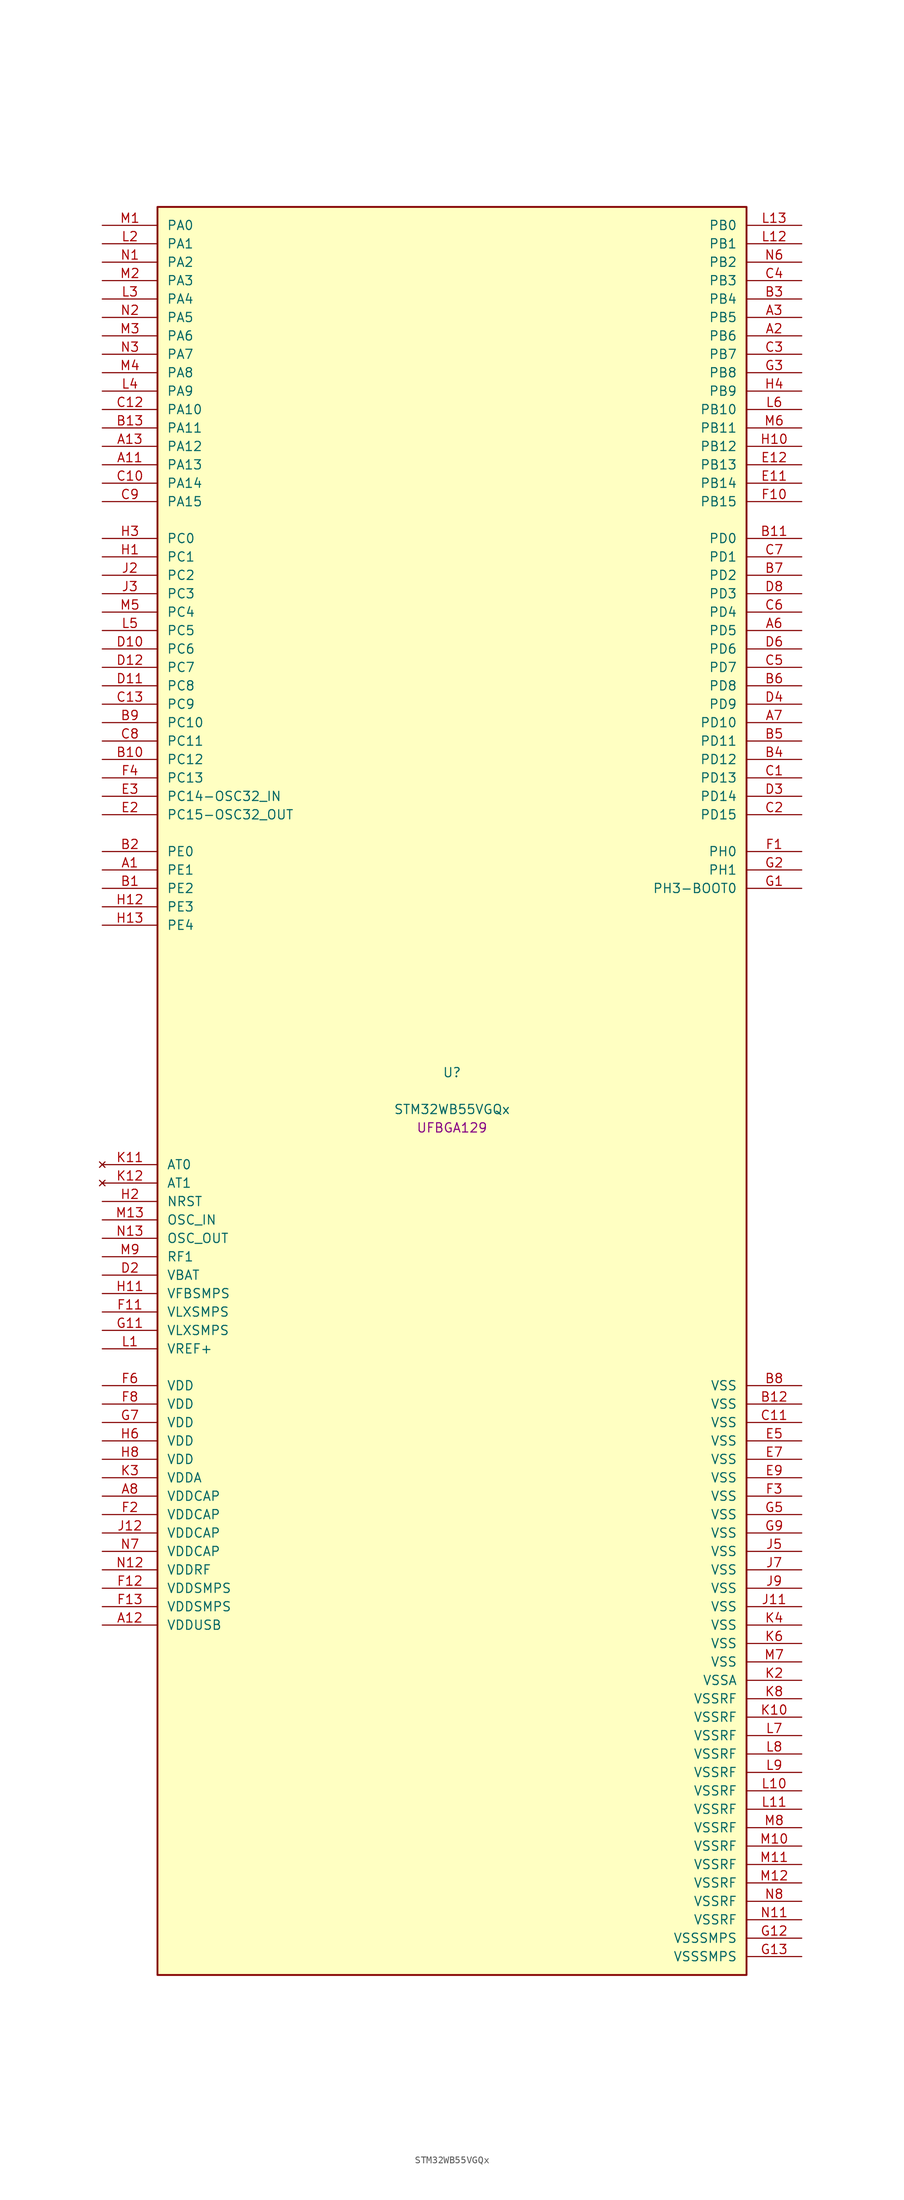
<source format=kicad_sym>
(kicad_symbol_lib
  (version 20241209)
  (generator "stm32_pkl_generator")
  (generator_version "1.0")
  (symbol "STM32WB55VGQx"
    (pin_names
      (offset 1.27))
    (property "Reference" "U"
      (at 0 2.54 0))
    (property "Value" "STM32WB55VGQx"
      (at 0 -2.54 0))
    (property "Footprint" "UFBGA129"
      (at 0 -5.08 0))
    (symbol "STM32WB55VGQx_1_1"
      (rectangle (start -40.64 121.92) (end 40.64 -121.92) (stroke (width 0.254) (type solid)) (fill (type background)))
      (pin bidirectional line (at -48.26 119.38 0) (length 7.62) (name "PA0") (number "M1") (alternate "PA0/ADC1_IN5" bidirectional line) (alternate "PA0/COMP1_INM" bidirectional line) (alternate "PA0/COMP1_OUT" bidirectional line) (alternate "PA0/RTC_TAMP2" bidirectional line) (alternate "PA0/SAI1_EXTCLK" bidirectional line) (alternate "PA0/SYS_WKUP1" bidirectional line) (alternate "PA0/TIM2_CH1" bidirectional line) (alternate "PA0/TIM2_ETR" bidirectional line))
      (pin bidirectional line (at -48.26 116.84 0) (length 7.62) (name "PA1") (number "L2") (alternate "PA1/ADC1_IN6" bidirectional line) (alternate "PA1/COMP1_INP" bidirectional line) (alternate "PA1/I2C1_SMBA" bidirectional line) (alternate "PA1/LCD_SEG0" bidirectional line) (alternate "PA1/SPI1_SCK" bidirectional line) (alternate "PA1/TIM2_CH2" bidirectional line))
      (pin bidirectional line (at -48.26 114.3 0) (length 7.62) (name "PA2") (number "N1") (alternate "PA2/ADC1_IN7" bidirectional line) (alternate "PA2/COMP2_INM" bidirectional line) (alternate "PA2/COMP2_OUT" bidirectional line) (alternate "PA2/LCD_SEG1" bidirectional line) (alternate "PA2/LPUART1_TX" bidirectional line) (alternate "PA2/QUADSPI_BK1_NCS" bidirectional line) (alternate "PA2/RCC_LSCO" bidirectional line) (alternate "PA2/SYS_WKUP4" bidirectional line) (alternate "PA2/TIM2_CH3" bidirectional line))
      (pin bidirectional line (at -48.26 111.76 0) (length 7.62) (name "PA3") (number "M2") (alternate "PA3/ADC1_IN8" bidirectional line) (alternate "PA3/COMP2_INP" bidirectional line) (alternate "PA3/LCD_SEG2" bidirectional line) (alternate "PA3/LPUART1_RX" bidirectional line) (alternate "PA3/QUADSPI_CLK" bidirectional line) (alternate "PA3/SAI1_CK1" bidirectional line) (alternate "PA3/SAI1_MCLK_A" bidirectional line) (alternate "PA3/TIM2_CH4" bidirectional line))
      (pin bidirectional line (at -48.26 109.22 0) (length 7.62) (name "PA4") (number "L3") (alternate "PA4/ADC1_IN9" bidirectional line) (alternate "PA4/COMP1_INM" bidirectional line) (alternate "PA4/COMP2_INM" bidirectional line) (alternate "PA4/LCD_SEG5" bidirectional line) (alternate "PA4/LPTIM2_OUT" bidirectional line) (alternate "PA4/SAI1_FS_B" bidirectional line) (alternate "PA4/SPI1_NSS" bidirectional line))
      (pin bidirectional line (at -48.26 106.68 0) (length 7.62) (name "PA5") (number "N2") (alternate "PA5/ADC1_IN10" bidirectional line) (alternate "PA5/COMP1_INM" bidirectional line) (alternate "PA5/COMP2_INM" bidirectional line) (alternate "PA5/LPTIM2_ETR" bidirectional line) (alternate "PA5/SAI1_SD_B" bidirectional line) (alternate "PA5/SPI1_SCK" bidirectional line) (alternate "PA5/TIM2_CH1" bidirectional line) (alternate "PA5/TIM2_ETR" bidirectional line))
      (pin bidirectional line (at -48.26 104.14 0) (length 7.62) (name "PA6") (number "M3") (alternate "PA6/ADC1_IN11" bidirectional line) (alternate "PA6/LCD_SEG3" bidirectional line) (alternate "PA6/LPUART1_CTS" bidirectional line) (alternate "PA6/QUADSPI_BK1_IO3" bidirectional line) (alternate "PA6/SPI1_MISO" bidirectional line) (alternate "PA6/TIM16_CH1" bidirectional line) (alternate "PA6/TIM1_BKIN" bidirectional line))
      (pin bidirectional line (at -48.26 101.6 0) (length 7.62) (name "PA7") (number "N3") (alternate "PA7/ADC1_IN12" bidirectional line) (alternate "PA7/COMP2_OUT" bidirectional line) (alternate "PA7/I2C3_SCL" bidirectional line) (alternate "PA7/LCD_SEG4" bidirectional line) (alternate "PA7/QUADSPI_BK1_IO2" bidirectional line) (alternate "PA7/SPI1_MOSI" bidirectional line) (alternate "PA7/TIM17_CH1" bidirectional line) (alternate "PA7/TIM1_CH1N" bidirectional line))
      (pin bidirectional line (at -48.26 99.06 0) (length 7.62) (name "PA8") (number "M4") (alternate "PA8/ADC1_IN15" bidirectional line) (alternate "PA8/LCD_COM0" bidirectional line) (alternate "PA8/LPTIM2_OUT" bidirectional line) (alternate "PA8/RCC_MCO" bidirectional line) (alternate "PA8/SAI1_CK2" bidirectional line) (alternate "PA8/SAI1_SCK_A" bidirectional line) (alternate "PA8/TIM1_CH1" bidirectional line) (alternate "PA8/USART1_CK" bidirectional line))
      (pin bidirectional line (at -48.26 96.52 0) (length 7.62) (name "PA9") (number "L4") (alternate "PA9/ADC1_IN16" bidirectional line) (alternate "PA9/COMP1_INM" bidirectional line) (alternate "PA9/I2C1_SCL" bidirectional line) (alternate "PA9/LCD_COM1" bidirectional line) (alternate "PA9/SAI1_D2" bidirectional line) (alternate "PA9/SAI1_FS_A" bidirectional line) (alternate "PA9/SPI2_SCK" bidirectional line) (alternate "PA9/TIM1_CH2" bidirectional line) (alternate "PA9/USART1_TX" bidirectional line))
      (pin bidirectional line (at -48.26 93.98 0) (length 7.62) (name "PA10") (number "C12") (alternate "PA10/CRS_SYNC" bidirectional line) (alternate "PA10/I2C1_SDA" bidirectional line) (alternate "PA10/LCD_COM2" bidirectional line) (alternate "PA10/SAI1_D1" bidirectional line) (alternate "PA10/SAI1_SD_A" bidirectional line) (alternate "PA10/TIM17_BKIN" bidirectional line) (alternate "PA10/TIM1_CH3" bidirectional line) (alternate "PA10/USART1_RX" bidirectional line))
      (pin bidirectional line (at -48.26 91.44 0) (length 7.62) (name "PA11") (number "B13") (alternate "PA11/ADC1_EXTI11" bidirectional line) (alternate "PA11/SPI1_MISO" bidirectional line) (alternate "PA11/TIM1_BKIN2" bidirectional line) (alternate "PA11/TIM1_CH4" bidirectional line) (alternate "PA11/USART1_CTS" bidirectional line) (alternate "PA11/USART1_NSS" bidirectional line) (alternate "PA11/USB_DM" bidirectional line))
      (pin bidirectional line (at -48.26 88.9 0) (length 7.62) (name "PA12") (number "A13") (alternate "PA12/LPUART1_RX" bidirectional line) (alternate "PA12/SPI1_MOSI" bidirectional line) (alternate "PA12/TIM1_ETR" bidirectional line) (alternate "PA12/USART1_DE" bidirectional line) (alternate "PA12/USART1_RTS" bidirectional line) (alternate "PA12/USB_DP" bidirectional line))
      (pin bidirectional line (at -48.26 86.36 0) (length 7.62) (name "PA13") (number "A11") (alternate "PA13/IR_OUT" bidirectional line) (alternate "PA13/SAI1_SD_B" bidirectional line) (alternate "PA13/SYS_JTMS-SWDIO" bidirectional line) (alternate "PA13/USB_NOE" bidirectional line))
      (pin bidirectional line (at -48.26 83.82 0) (length 7.62) (name "PA14") (number "C10") (alternate "PA14/I2C1_SMBA" bidirectional line) (alternate "PA14/LCD_SEG5" bidirectional line) (alternate "PA14/LPTIM1_OUT" bidirectional line) (alternate "PA14/SAI1_FS_B" bidirectional line) (alternate "PA14/SYS_JTCK-SWCLK" bidirectional line))
      (pin bidirectional line (at -48.26 81.28 0) (length 7.62) (name "PA15") (number "C9") (alternate "PA15/ADC1_EXTI15" bidirectional line) (alternate "PA15/LCD_SEG17" bidirectional line) (alternate "PA15/RCC_MCO" bidirectional line) (alternate "PA15/SPI1_NSS" bidirectional line) (alternate "PA15/SYS_JTDI" bidirectional line) (alternate "PA15/TIM2_CH1" bidirectional line) (alternate "PA15/TIM2_ETR" bidirectional line) (alternate "PA15/TSC_G3_IO1" bidirectional line))
      (pin bidirectional line (at 48.26 119.38 180) (length 7.62) (name "PB0") (number "L13") (alternate "PB0/COMP1_OUT" bidirectional line) (alternate "PB0/RF_TX_MOD_EXT_PA" bidirectional line))
      (pin bidirectional line (at 48.26 116.84 180) (length 7.62) (name "PB1") (number "L12") (alternate "PB1/LPTIM2_IN1" bidirectional line) (alternate "PB1/LPUART1_DE" bidirectional line) (alternate "PB1/LPUART1_RTS" bidirectional line))
      (pin bidirectional line (at 48.26 114.3 180) (length 7.62) (name "PB2") (number "N6") (alternate "PB2/COMP1_INP" bidirectional line) (alternate "PB2/I2C3_SMBA" bidirectional line) (alternate "PB2/LCD_VLCD" bidirectional line) (alternate "PB2/LPTIM1_OUT" bidirectional line) (alternate "PB2/RTC_OUT2" bidirectional line) (alternate "PB2/SAI1_EXTCLK" bidirectional line) (alternate "PB2/SPI1_NSS" bidirectional line))
      (pin bidirectional line (at 48.26 111.76 180) (length 7.62) (name "PB3") (number "C4") (alternate "PB3/COMP2_INM" bidirectional line) (alternate "PB3/LCD_SEG7" bidirectional line) (alternate "PB3/SAI1_SCK_B" bidirectional line) (alternate "PB3/SPI1_SCK" bidirectional line) (alternate "PB3/SYS_JTDO-SWO" bidirectional line) (alternate "PB3/TIM2_CH2" bidirectional line) (alternate "PB3/USART1_DE" bidirectional line) (alternate "PB3/USART1_RTS" bidirectional line))
      (pin bidirectional line (at 48.26 109.22 180) (length 7.62) (name "PB4") (number "B3") (alternate "PB4/COMP2_INP" bidirectional line) (alternate "PB4/I2C3_SDA" bidirectional line) (alternate "PB4/LCD_SEG8" bidirectional line) (alternate "PB4/SAI1_MCLK_B" bidirectional line) (alternate "PB4/SPI1_MISO" bidirectional line) (alternate "PB4/SYS_JTRST" bidirectional line) (alternate "PB4/TIM17_BKIN" bidirectional line) (alternate "PB4/TSC_G2_IO1" bidirectional line) (alternate "PB4/USART1_CTS" bidirectional line) (alternate "PB4/USART1_NSS" bidirectional line))
      (pin bidirectional line (at 48.26 106.68 180) (length 7.62) (name "PB5") (number "A3") (alternate "PB5/COMP2_OUT" bidirectional line) (alternate "PB5/I2C1_SMBA" bidirectional line) (alternate "PB5/LCD_SEG9" bidirectional line) (alternate "PB5/LPTIM1_IN1" bidirectional line) (alternate "PB5/LPUART1_TX" bidirectional line) (alternate "PB5/SAI1_SD_B" bidirectional line) (alternate "PB5/SPI1_MOSI" bidirectional line) (alternate "PB5/TIM16_BKIN" bidirectional line) (alternate "PB5/TSC_G2_IO2" bidirectional line) (alternate "PB5/USART1_CK" bidirectional line))
      (pin bidirectional line (at 48.26 104.14 180) (length 7.62) (name "PB6") (number "A2") (alternate "PB6/COMP2_INP" bidirectional line) (alternate "PB6/I2C1_SCL" bidirectional line) (alternate "PB6/LCD_SEG6" bidirectional line) (alternate "PB6/LPTIM1_ETR" bidirectional line) (alternate "PB6/RCC_MCO" bidirectional line) (alternate "PB6/SAI1_FS_B" bidirectional line) (alternate "PB6/TIM16_CH1N" bidirectional line) (alternate "PB6/TSC_G2_IO3" bidirectional line) (alternate "PB6/USART1_TX" bidirectional line))
      (pin bidirectional line (at 48.26 101.6 180) (length 7.62) (name "PB7") (number "C3") (alternate "PB7/COMP2_INM" bidirectional line) (alternate "PB7/I2C1_SDA" bidirectional line) (alternate "PB7/LCD_SEG21" bidirectional line) (alternate "PB7/LPTIM1_IN2" bidirectional line) (alternate "PB7/SYS_PVD_IN" bidirectional line) (alternate "PB7/TIM17_CH1N" bidirectional line) (alternate "PB7/TIM1_BKIN" bidirectional line) (alternate "PB7/TSC_G2_IO4" bidirectional line) (alternate "PB7/USART1_RX" bidirectional line))
      (pin bidirectional line (at 48.26 99.06 180) (length 7.62) (name "PB8") (number "G3") (alternate "PB8/I2C1_SCL" bidirectional line) (alternate "PB8/LCD_SEG16" bidirectional line) (alternate "PB8/QUADSPI_BK1_IO1" bidirectional line) (alternate "PB8/SAI1_CK1" bidirectional line) (alternate "PB8/SAI1_MCLK_A" bidirectional line) (alternate "PB8/TIM16_CH1" bidirectional line) (alternate "PB8/TIM1_CH2N" bidirectional line))
      (pin bidirectional line (at 48.26 96.52 180) (length 7.62) (name "PB9") (number "H4") (alternate "PB9/I2C1_SDA" bidirectional line) (alternate "PB9/IR_OUT" bidirectional line) (alternate "PB9/LCD_COM3" bidirectional line) (alternate "PB9/QUADSPI_BK1_IO0" bidirectional line) (alternate "PB9/SAI1_D2" bidirectional line) (alternate "PB9/SAI1_FS_A" bidirectional line) (alternate "PB9/SPI2_NSS" bidirectional line) (alternate "PB9/TIM17_CH1" bidirectional line) (alternate "PB9/TIM1_CH3N" bidirectional line) (alternate "PB9/TSC_G7_IO4" bidirectional line))
      (pin bidirectional line (at 48.26 93.98 180) (length 7.62) (name "PB10") (number "L6") (alternate "PB10/COMP1_OUT" bidirectional line) (alternate "PB10/I2C3_SCL" bidirectional line) (alternate "PB10/LCD_SEG10" bidirectional line) (alternate "PB10/LPUART1_RX" bidirectional line) (alternate "PB10/QUADSPI_CLK" bidirectional line) (alternate "PB10/SAI1_SCK_A" bidirectional line) (alternate "PB10/SPI2_SCK" bidirectional line) (alternate "PB10/TIM2_CH3" bidirectional line) (alternate "PB10/TSC_SYNC" bidirectional line))
      (pin bidirectional line (at 48.26 91.44 180) (length 7.62) (name "PB11") (number "M6") (alternate "PB11/ADC1_EXTI11" bidirectional line) (alternate "PB11/COMP2_OUT" bidirectional line) (alternate "PB11/I2C3_SDA" bidirectional line) (alternate "PB11/LCD_SEG11" bidirectional line) (alternate "PB11/LPUART1_TX" bidirectional line) (alternate "PB11/QUADSPI_BK1_NCS" bidirectional line) (alternate "PB11/TIM2_CH4" bidirectional line))
      (pin bidirectional line (at 48.26 88.9 180) (length 7.62) (name "PB12") (number "H10") (alternate "PB12/I2C3_SMBA" bidirectional line) (alternate "PB12/LCD_SEG12" bidirectional line) (alternate "PB12/LPUART1_DE" bidirectional line) (alternate "PB12/LPUART1_RTS" bidirectional line) (alternate "PB12/SAI1_FS_A" bidirectional line) (alternate "PB12/SPI2_NSS" bidirectional line) (alternate "PB12/TIM1_BKIN" bidirectional line) (alternate "PB12/TSC_G1_IO1" bidirectional line))
      (pin bidirectional line (at 48.26 86.36 180) (length 7.62) (name "PB13") (number "E12") (alternate "PB13/I2C3_SCL" bidirectional line) (alternate "PB13/LCD_SEG13" bidirectional line) (alternate "PB13/LPUART1_CTS" bidirectional line) (alternate "PB13/SAI1_SCK_A" bidirectional line) (alternate "PB13/SPI2_SCK" bidirectional line) (alternate "PB13/TIM1_CH1N" bidirectional line) (alternate "PB13/TSC_G1_IO2" bidirectional line))
      (pin bidirectional line (at 48.26 83.82 180) (length 7.62) (name "PB14") (number "E11") (alternate "PB14/I2C3_SDA" bidirectional line) (alternate "PB14/LCD_SEG14" bidirectional line) (alternate "PB14/SAI1_MCLK_A" bidirectional line) (alternate "PB14/SPI2_MISO" bidirectional line) (alternate "PB14/TIM1_CH2N" bidirectional line) (alternate "PB14/TSC_G1_IO3" bidirectional line))
      (pin bidirectional line (at 48.26 81.28 180) (length 7.62) (name "PB15") (number "F10") (alternate "PB15/ADC1_EXTI15" bidirectional line) (alternate "PB15/LCD_SEG15" bidirectional line) (alternate "PB15/RTC_REFIN" bidirectional line) (alternate "PB15/SAI1_SD_A" bidirectional line) (alternate "PB15/SPI2_MOSI" bidirectional line) (alternate "PB15/TIM1_CH3N" bidirectional line) (alternate "PB15/TSC_G1_IO4" bidirectional line))
      (pin bidirectional line (at -48.26 76.2 0) (length 7.62) (name "PC0") (number "H3") (alternate "PC0/ADC1_IN1" bidirectional line) (alternate "PC0/I2C3_SCL" bidirectional line) (alternate "PC0/LCD_SEG18" bidirectional line) (alternate "PC0/LPTIM1_IN1" bidirectional line) (alternate "PC0/LPTIM2_IN1" bidirectional line) (alternate "PC0/LPUART1_RX" bidirectional line))
      (pin bidirectional line (at -48.26 73.66 0) (length 7.62) (name "PC1") (number "H1") (alternate "PC1/ADC1_IN2" bidirectional line) (alternate "PC1/I2C3_SDA" bidirectional line) (alternate "PC1/LCD_SEG19" bidirectional line) (alternate "PC1/LPTIM1_OUT" bidirectional line) (alternate "PC1/LPUART1_TX" bidirectional line) (alternate "PC1/SPI2_MOSI" bidirectional line))
      (pin bidirectional line (at -48.26 71.12 0) (length 7.62) (name "PC2") (number "J2") (alternate "PC2/ADC1_IN3" bidirectional line) (alternate "PC2/LCD_SEG20" bidirectional line) (alternate "PC2/LPTIM1_IN2" bidirectional line) (alternate "PC2/SPI2_MISO" bidirectional line))
      (pin bidirectional line (at -48.26 68.58 0) (length 7.62) (name "PC3") (number "J3") (alternate "PC3/ADC1_IN4" bidirectional line) (alternate "PC3/LCD_VLCD" bidirectional line) (alternate "PC3/LPTIM1_ETR" bidirectional line) (alternate "PC3/LPTIM2_ETR" bidirectional line) (alternate "PC3/SAI1_D1" bidirectional line) (alternate "PC3/SAI1_SD_A" bidirectional line) (alternate "PC3/SPI2_MOSI" bidirectional line))
      (pin bidirectional line (at -48.26 66.04 0) (length 7.62) (name "PC4") (number "M5") (alternate "PC4/ADC1_IN13" bidirectional line) (alternate "PC4/COMP1_INM" bidirectional line) (alternate "PC4/LCD_SEG22" bidirectional line))
      (pin bidirectional line (at -48.26 63.5 0) (length 7.62) (name "PC5") (number "L5") (alternate "PC5/ADC1_IN14" bidirectional line) (alternate "PC5/COMP1_INP" bidirectional line) (alternate "PC5/LCD_SEG23" bidirectional line) (alternate "PC5/SAI1_D3" bidirectional line) (alternate "PC5/SYS_WKUP5" bidirectional line))
      (pin bidirectional line (at -48.26 60.96 0) (length 7.62) (name "PC6") (number "D10") (alternate "PC6/LCD_SEG24" bidirectional line) (alternate "PC6/TSC_G4_IO1" bidirectional line))
      (pin bidirectional line (at -48.26 58.42 0) (length 7.62) (name "PC7") (number "D12") (alternate "PC7/LCD_SEG25" bidirectional line) (alternate "PC7/TSC_G4_IO2" bidirectional line))
      (pin bidirectional line (at -48.26 55.88 0) (length 7.62) (name "PC8") (number "D11") (alternate "PC8/LCD_SEG26" bidirectional line) (alternate "PC8/TSC_G4_IO3" bidirectional line))
      (pin bidirectional line (at -48.26 53.34 0) (length 7.62) (name "PC9") (number "C13") (alternate "PC9/LCD_SEG27" bidirectional line) (alternate "PC9/SAI1_SCK_B" bidirectional line) (alternate "PC9/TIM1_BKIN" bidirectional line) (alternate "PC9/TSC_G4_IO4" bidirectional line) (alternate "PC9/USB_NOE" bidirectional line))
      (pin bidirectional line (at -48.26 50.8 0) (length 7.62) (name "PC10") (number "B9") (alternate "PC10/LCD_COM4" bidirectional line) (alternate "PC10/LCD_SEG28" bidirectional line) (alternate "PC10/LCD_SEG40" bidirectional line) (alternate "PC10/SYS_TRACED1" bidirectional line) (alternate "PC10/TSC_G3_IO2" bidirectional line))
      (pin bidirectional line (at -48.26 48.26 0) (length 7.62) (name "PC11") (number "C8") (alternate "PC11/ADC1_EXTI11" bidirectional line) (alternate "PC11/LCD_COM5" bidirectional line) (alternate "PC11/LCD_SEG29" bidirectional line) (alternate "PC11/LCD_SEG41" bidirectional line) (alternate "PC11/TSC_G3_IO3" bidirectional line))
      (pin bidirectional line (at -48.26 45.72 0) (length 7.62) (name "PC12") (number "B10") (alternate "PC12/LCD_COM6" bidirectional line) (alternate "PC12/LCD_SEG30" bidirectional line) (alternate "PC12/LCD_SEG42" bidirectional line) (alternate "PC12/RCC_LSCO" bidirectional line) (alternate "PC12/RTC_TAMP3" bidirectional line) (alternate "PC12/SYS_TRACED3" bidirectional line) (alternate "PC12/SYS_WKUP3" bidirectional line) (alternate "PC12/TSC_G3_IO4" bidirectional line))
      (pin bidirectional line (at -48.26 43.18 0) (length 7.62) (name "PC13") (number "F4") (alternate "PC13/RTC_OUT1" bidirectional line) (alternate "PC13/RTC_TAMP1" bidirectional line) (alternate "PC13/RTC_TS" bidirectional line) (alternate "PC13/SYS_WKUP2" bidirectional line))
      (pin bidirectional line (at -48.26 40.64 0) (length 7.62) (name "PC14-OSC32_IN") (number "E3") (alternate "PC14-OSC32_IN/RCC_OSC32_IN" bidirectional line))
      (pin bidirectional line (at -48.26 38.1 0) (length 7.62) (name "PC15-OSC32_OUT") (number "E2") (alternate "PC15-OSC32_OUT/ADC1_EXTI15" bidirectional line) (alternate "PC15-OSC32_OUT/RCC_OSC32_OUT" bidirectional line))
      (pin bidirectional line (at 48.26 76.2 180) (length 7.62) (name "PD0") (number "B11") (alternate "PD0/SPI2_NSS" bidirectional line))
      (pin bidirectional line (at 48.26 73.66 180) (length 7.62) (name "PD1") (number "C7") (alternate "PD1/SPI2_SCK" bidirectional line))
      (pin bidirectional line (at 48.26 71.12 180) (length 7.62) (name "PD2") (number "B7") (alternate "PD2/LCD_COM7" bidirectional line) (alternate "PD2/LCD_SEG31" bidirectional line) (alternate "PD2/LCD_SEG43" bidirectional line) (alternate "PD2/SYS_TRACED2" bidirectional line) (alternate "PD2/TSC_SYNC" bidirectional line))
      (pin bidirectional line (at 48.26 68.58 180) (length 7.62) (name "PD3") (number "D8") (alternate "PD3/QUADSPI_BK1_NCS" bidirectional line) (alternate "PD3/SPI2_MISO" bidirectional line) (alternate "PD3/SPI2_SCK" bidirectional line))
      (pin bidirectional line (at 48.26 66.04 180) (length 7.62) (name "PD4") (number "C6") (alternate "PD4/QUADSPI_BK1_IO0" bidirectional line) (alternate "PD4/SPI2_MOSI" bidirectional line) (alternate "PD4/TSC_G5_IO1" bidirectional line))
      (pin bidirectional line (at 48.26 63.5 180) (length 7.62) (name "PD5") (number "A6") (alternate "PD5/QUADSPI_BK1_IO1" bidirectional line) (alternate "PD5/SAI1_MCLK_B" bidirectional line) (alternate "PD5/TSC_G5_IO2" bidirectional line))
      (pin bidirectional line (at 48.26 60.96 180) (length 7.62) (name "PD6") (number "D6") (alternate "PD6/QUADSPI_BK1_IO2" bidirectional line) (alternate "PD6/SAI1_D1" bidirectional line) (alternate "PD6/SAI1_SD_A" bidirectional line) (alternate "PD6/TSC_G5_IO3" bidirectional line))
      (pin bidirectional line (at 48.26 58.42 180) (length 7.62) (name "PD7") (number "C5") (alternate "PD7/LCD_SEG39" bidirectional line) (alternate "PD7/QUADSPI_BK1_IO3" bidirectional line) (alternate "PD7/TSC_G5_IO4" bidirectional line))
      (pin bidirectional line (at 48.26 55.88 180) (length 7.62) (name "PD8") (number "B6") (alternate "PD8/LCD_SEG28" bidirectional line) (alternate "PD8/TIM1_BKIN2" bidirectional line))
      (pin bidirectional line (at 48.26 53.34 180) (length 7.62) (name "PD9") (number "D4") (alternate "PD9/LCD_SEG29" bidirectional line) (alternate "PD9/SYS_TRACED0" bidirectional line))
      (pin bidirectional line (at 48.26 50.8 180) (length 7.62) (name "PD10") (number "A7") (alternate "PD10/LCD_SEG30" bidirectional line) (alternate "PD10/SYS_TRIG_INOUT" bidirectional line) (alternate "PD10/TSC_G6_IO1" bidirectional line))
      (pin bidirectional line (at 48.26 48.26 180) (length 7.62) (name "PD11") (number "B5") (alternate "PD11/ADC1_EXTI11" bidirectional line) (alternate "PD11/LCD_SEG31" bidirectional line) (alternate "PD11/LPTIM2_ETR" bidirectional line) (alternate "PD11/TSC_G6_IO2" bidirectional line))
      (pin bidirectional line (at 48.26 45.72 180) (length 7.62) (name "PD12") (number "B4") (alternate "PD12/LCD_SEG32" bidirectional line) (alternate "PD12/LPTIM2_IN1" bidirectional line) (alternate "PD12/TSC_G6_IO3" bidirectional line))
      (pin bidirectional line (at 48.26 43.18 180) (length 7.62) (name "PD13") (number "C1") (alternate "PD13/LCD_SEG33" bidirectional line) (alternate "PD13/LPTIM2_OUT" bidirectional line) (alternate "PD13/TSC_G6_IO4" bidirectional line))
      (pin bidirectional line (at 48.26 40.64 180) (length 7.62) (name "PD14") (number "D3") (alternate "PD14/LCD_SEG34" bidirectional line) (alternate "PD14/TIM1_CH1" bidirectional line))
      (pin bidirectional line (at 48.26 38.1 180) (length 7.62) (name "PD15") (number "C2") (alternate "PD15/ADC1_EXTI15" bidirectional line) (alternate "PD15/LCD_SEG35" bidirectional line) (alternate "PD15/TIM1_CH2" bidirectional line))
      (pin bidirectional line (at -48.26 33.02 0) (length 7.62) (name "PE0") (number "B2") (alternate "PE0/LCD_SEG36" bidirectional line) (alternate "PE0/TIM16_CH1" bidirectional line) (alternate "PE0/TIM1_ETR" bidirectional line) (alternate "PE0/TSC_G7_IO3" bidirectional line))
      (pin bidirectional line (at -48.26 30.48 0) (length 7.62) (name "PE1") (number "A1") (alternate "PE1/LCD_SEG37" bidirectional line) (alternate "PE1/TIM17_CH1" bidirectional line) (alternate "PE1/TSC_G7_IO2" bidirectional line))
      (pin bidirectional line (at -48.26 27.94 0) (length 7.62) (name "PE2") (number "B1") (alternate "PE2/LCD_SEG38" bidirectional line) (alternate "PE2/SAI1_CK1" bidirectional line) (alternate "PE2/SAI1_MCLK_A" bidirectional line) (alternate "PE2/SYS_TRACECLK" bidirectional line) (alternate "PE2/TSC_G7_IO1" bidirectional line))
      (pin bidirectional line (at -48.26 25.4 0) (length 7.62) (name "PE3") (number "H12"))
      (pin bidirectional line (at -48.26 22.86 0) (length 7.62) (name "PE4") (number "H13"))
      (pin bidirectional line (at 48.26 33.02 180) (length 7.62) (name "PH0") (number "F1"))
      (pin bidirectional line (at 48.26 30.48 180) (length 7.62) (name "PH1") (number "G2"))
      (pin bidirectional line (at 48.26 27.94 180) (length 7.62) (name "PH3-BOOT0") (number "G1") (alternate "PH3-BOOT0/RCC_LSCO" bidirectional line))
      (pin no_connect line (at -48.26 -10.16 0) (length 7.62) (name "AT0") (number "K11"))
      (pin no_connect line (at -48.26 -12.7 0) (length 7.62) (name "AT1") (number "K12"))
      (pin input line (at -48.26 -15.24 0) (length 7.62) (name "NRST") (number "H2"))
      (pin bidirectional line (at -48.26 -17.78 0) (length 7.62) (name "OSC_IN") (number "M13") (alternate "OSC_IN/RCC_OSC_IN" bidirectional line))
      (pin bidirectional line (at -48.26 -20.32 0) (length 7.62) (name "OSC_OUT") (number "N13") (alternate "OSC_OUT/RCC_OSC_OUT" bidirectional line))
      (pin bidirectional line (at -48.26 -22.86 0) (length 7.62) (name "RF1") (number "M9") (alternate "RF1/RF_RF1" bidirectional line))
      (pin power_in line (at -48.26 -25.4 0) (length 7.62) (name "VBAT") (number "D2"))
      (pin power_in line (at -48.26 -27.94 0) (length 7.62) (name "VFBSMPS") (number "H11"))
      (pin power_in line (at -48.26 -30.48 0) (length 7.62) (name "VLXSMPS") (number "F11"))
      (pin power_in line (at -48.26 -33.02 0) (length 7.62) (name "VLXSMPS") (number "G11"))
      (pin bidirectional line (at -48.26 -35.56 0) (length 7.62) (name "VREF+") (number "L1") (alternate "VREF+/VREFBUF_OUT" bidirectional line))
      (pin power_in line (at -48.26 -40.64 0) (length 7.62) (name "VDD") (number "F6"))
      (pin power_in line (at -48.26 -43.18 0) (length 7.62) (name "VDD") (number "F8"))
      (pin power_in line (at -48.26 -45.72 0) (length 7.62) (name "VDD") (number "G7"))
      (pin power_in line (at -48.26 -48.26 0) (length 7.62) (name "VDD") (number "H6"))
      (pin power_in line (at -48.26 -50.8 0) (length 7.62) (name "VDD") (number "H8"))
      (pin power_in line (at -48.26 -53.34 0) (length 7.62) (name "VDDA") (number "K3"))
      (pin power_in line (at -48.26 -55.88 0) (length 7.62) (name "VDDCAP") (number "A8"))
      (pin power_in line (at -48.26 -58.42 0) (length 7.62) (name "VDDCAP") (number "F2"))
      (pin power_in line (at -48.26 -60.96 0) (length 7.62) (name "VDDCAP") (number "J12"))
      (pin power_in line (at -48.26 -63.5 0) (length 7.62) (name "VDDCAP") (number "N7"))
      (pin power_in line (at -48.26 -66.04 0) (length 7.62) (name "VDDRF") (number "N12"))
      (pin power_in line (at -48.26 -68.58 0) (length 7.62) (name "VDDSMPS") (number "F12"))
      (pin power_in line (at -48.26 -71.12 0) (length 7.62) (name "VDDSMPS") (number "F13"))
      (pin power_in line (at -48.26 -73.66 0) (length 7.62) (name "VDDUSB") (number "A12"))
      (pin power_in line (at 48.26 -40.64 180) (length 7.62) (name "VSS") (number "B8"))
      (pin power_in line (at 48.26 -43.18 180) (length 7.62) (name "VSS") (number "B12"))
      (pin power_in line (at 48.26 -45.72 180) (length 7.62) (name "VSS") (number "C11"))
      (pin power_in line (at 48.26 -48.26 180) (length 7.62) (name "VSS") (number "E5"))
      (pin power_in line (at 48.26 -50.8 180) (length 7.62) (name "VSS") (number "E7"))
      (pin power_in line (at 48.26 -53.34 180) (length 7.62) (name "VSS") (number "E9"))
      (pin power_in line (at 48.26 -55.88 180) (length 7.62) (name "VSS") (number "F3"))
      (pin power_in line (at 48.26 -58.42 180) (length 7.62) (name "VSS") (number "G5"))
      (pin power_in line (at 48.26 -60.96 180) (length 7.62) (name "VSS") (number "G9"))
      (pin power_in line (at 48.26 -63.5 180) (length 7.62) (name "VSS") (number "J5"))
      (pin power_in line (at 48.26 -66.04 180) (length 7.62) (name "VSS") (number "J7"))
      (pin power_in line (at 48.26 -68.58 180) (length 7.62) (name "VSS") (number "J9"))
      (pin power_in line (at 48.26 -71.12 180) (length 7.62) (name "VSS") (number "J11"))
      (pin power_in line (at 48.26 -73.66 180) (length 7.62) (name "VSS") (number "K4"))
      (pin power_in line (at 48.26 -76.2 180) (length 7.62) (name "VSS") (number "K6"))
      (pin power_in line (at 48.26 -78.74 180) (length 7.62) (name "VSS") (number "M7"))
      (pin power_in line (at 48.26 -81.28 180) (length 7.62) (name "VSSA") (number "K2"))
      (pin power_in line (at 48.26 -83.82 180) (length 7.62) (name "VSSRF") (number "K8"))
      (pin power_in line (at 48.26 -86.36 180) (length 7.62) (name "VSSRF") (number "K10"))
      (pin power_in line (at 48.26 -88.9 180) (length 7.62) (name "VSSRF") (number "L7"))
      (pin power_in line (at 48.26 -91.44 180) (length 7.62) (name "VSSRF") (number "L8"))
      (pin power_in line (at 48.26 -93.98 180) (length 7.62) (name "VSSRF") (number "L9"))
      (pin power_in line (at 48.26 -96.52 180) (length 7.62) (name "VSSRF") (number "L10"))
      (pin power_in line (at 48.26 -99.06 180) (length 7.62) (name "VSSRF") (number "L11"))
      (pin power_in line (at 48.26 -101.6 180) (length 7.62) (name "VSSRF") (number "M8"))
      (pin power_in line (at 48.26 -104.14 180) (length 7.62) (name "VSSRF") (number "M10"))
      (pin power_in line (at 48.26 -106.68 180) (length 7.62) (name "VSSRF") (number "M11"))
      (pin power_in line (at 48.26 -109.22 180) (length 7.62) (name "VSSRF") (number "M12"))
      (pin power_in line (at 48.26 -111.76 180) (length 7.62) (name "VSSRF") (number "N8"))
      (pin power_in line (at 48.26 -114.3 180) (length 7.62) (name "VSSRF") (number "N11"))
      (pin power_in line (at 48.26 -116.84 180) (length 7.62) (name "VSSSMPS") (number "G12"))
      (pin power_in line (at 48.26 -119.38 180) (length 7.62) (name "VSSSMPS") (number "G13")))))
</source>
